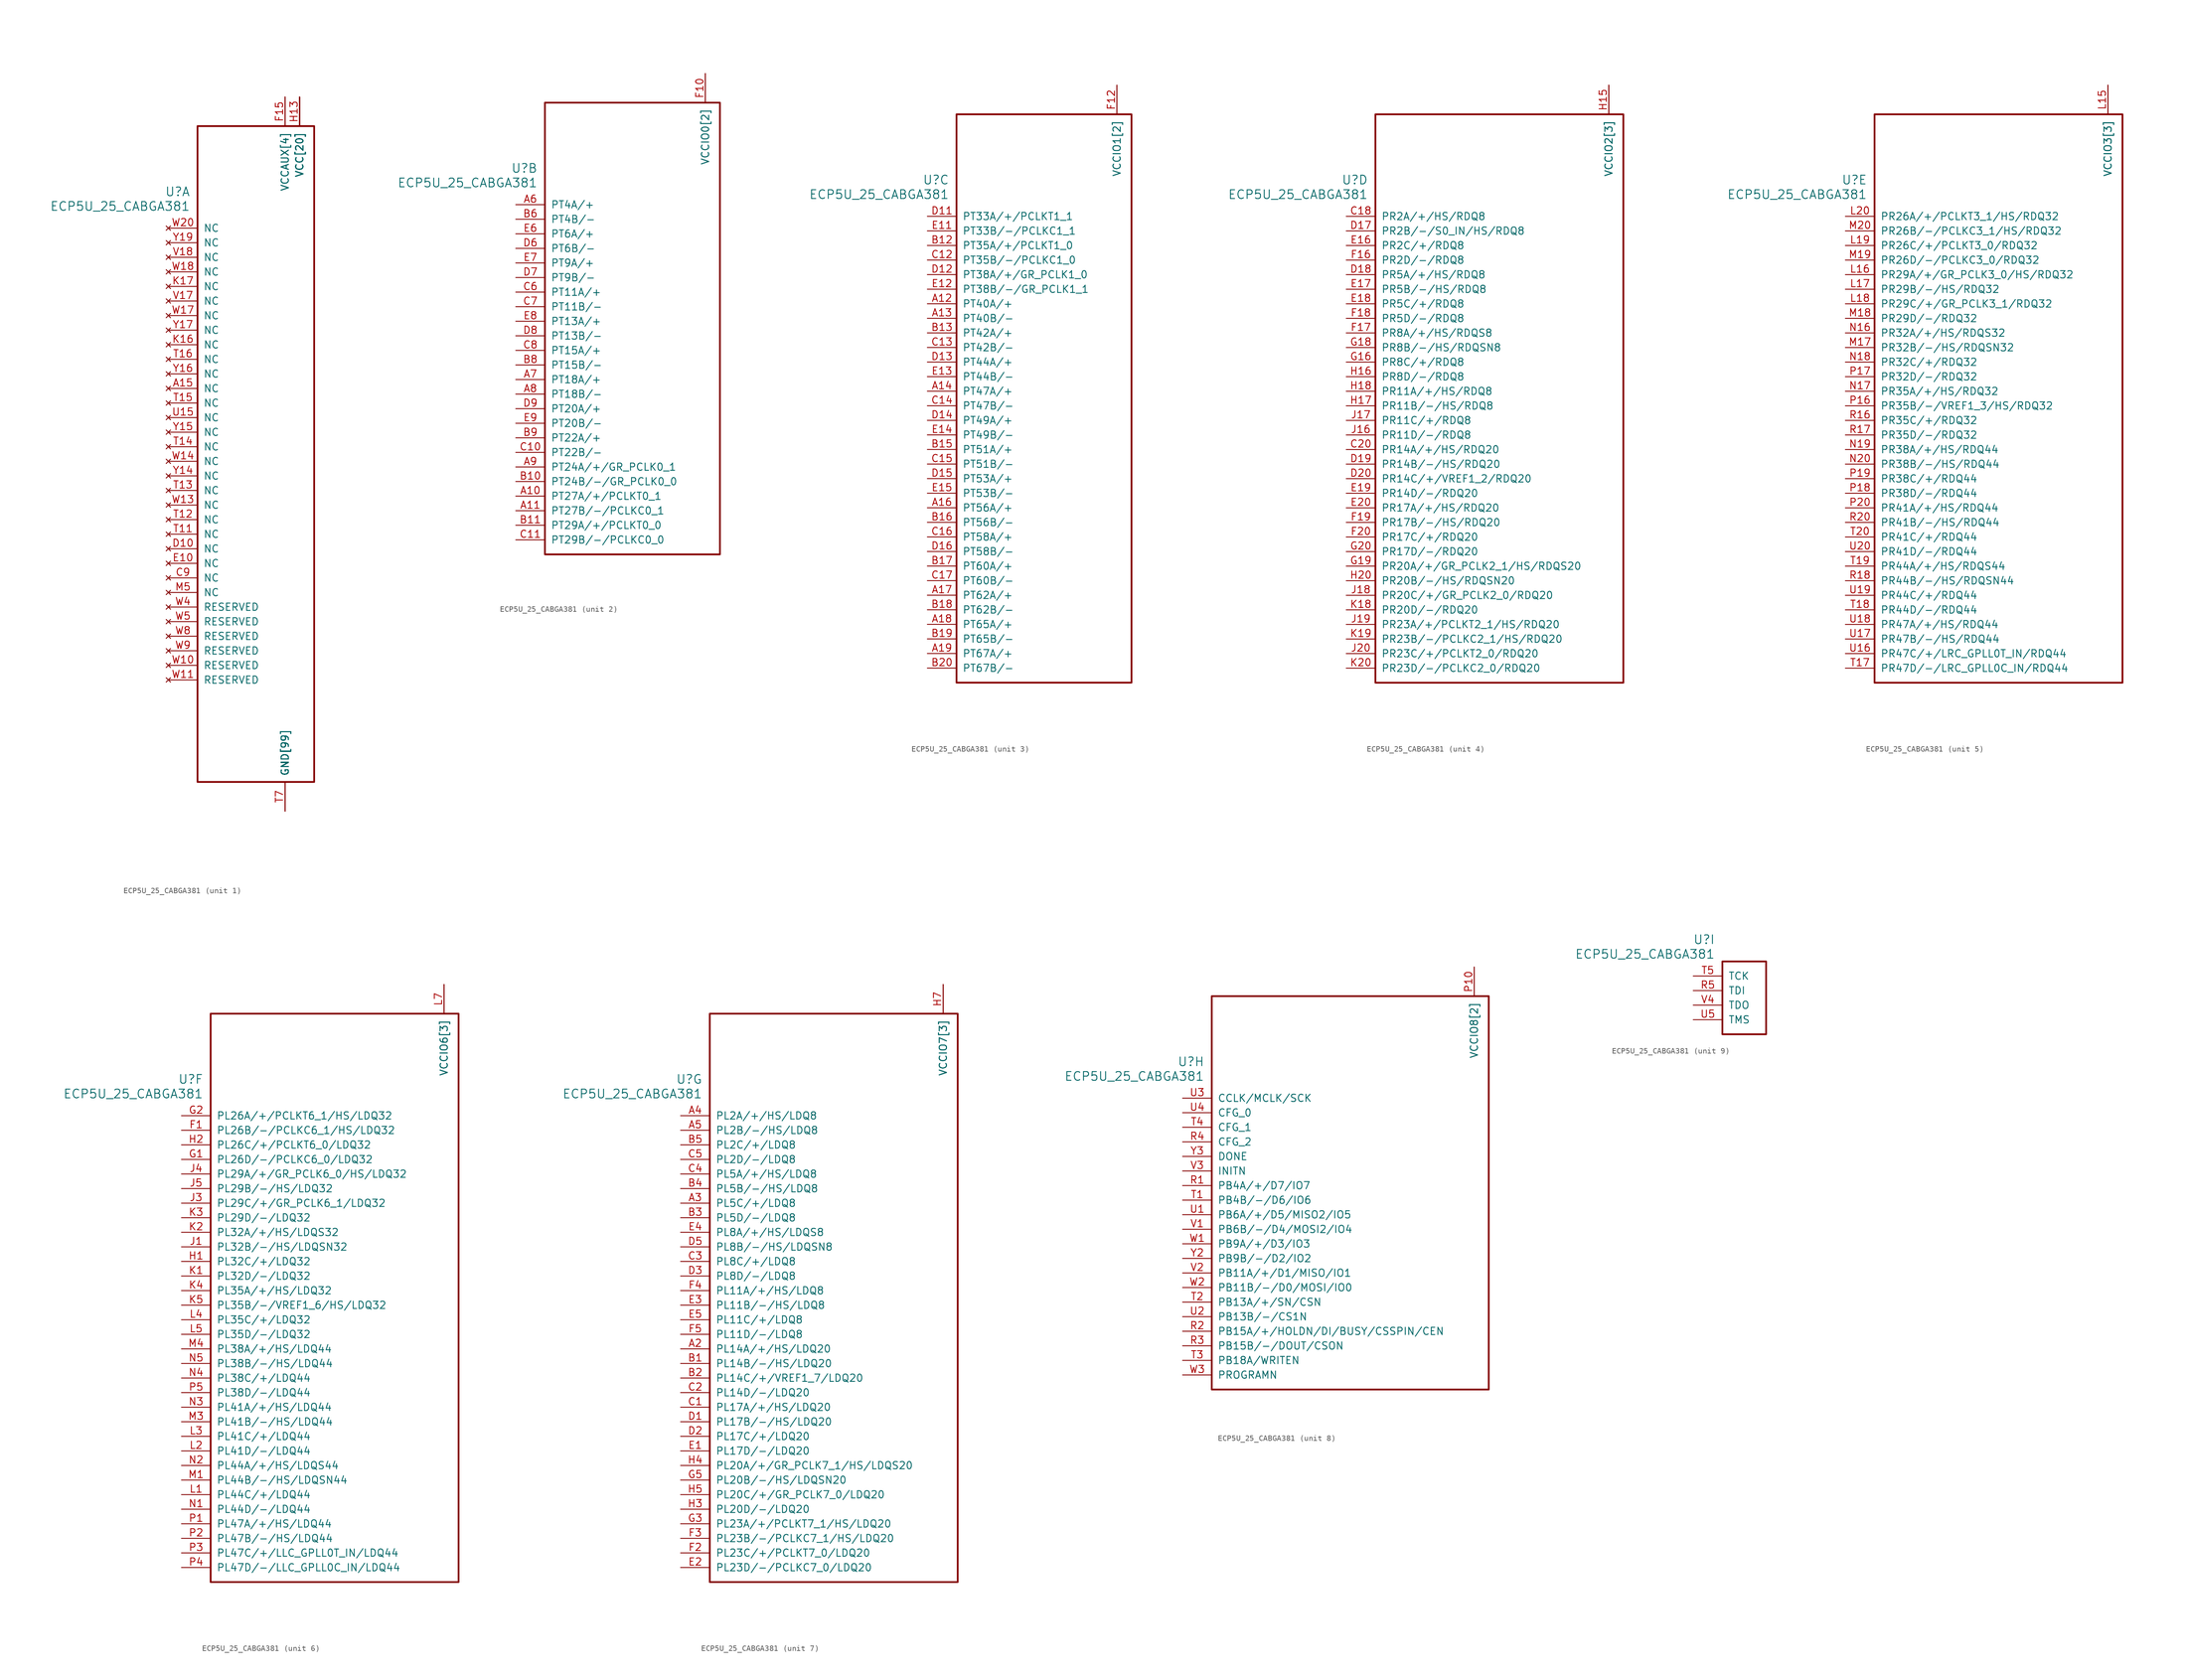
<source format=kicad_sym>
(kicad_symbol_lib
  (version 20241209)
  (generator "kicad_symbol_editor")
  (generator_version "9.0")
  (symbol "ECP5U_25_CABGA381"
    (pin_names
      (offset 1.016))
    (property "Reference" "U"
      (at 3.81 6.35 0)
      (effects (font (size 1.524 1.524)) (justify right)))
    (property "Value" "ECP5U_25_CABGA381"
      (at 3.81 3.81 0)
      (effects (font (size 1.524 1.524)) (justify right)))
    (property "ki_locked" ""
      (at 0 0 0)
      (effects (font (size 1.27 1.27))))
    (symbol "ECP5U_25_CABGA381_1_1"
      (rectangle (start 5.08 17.78) (end 25.4 -96.52) (stroke (width 0.305) (type solid)) (fill (type none)))
      (pin no_connect line (at 0 0 0) (length 5.08) (name "NC" (effects (font (size 1.27 1.27)))) (number "W20" (effects (font (size 1.27 1.27)))))
      (pin no_connect line (at 0 -2.54 0) (length 5.08) (name "NC" (effects (font (size 1.27 1.27)))) (number "Y19" (effects (font (size 1.27 1.27)))))
      (pin no_connect line (at 0 -5.08 0) (length 5.08) (name "NC" (effects (font (size 1.27 1.27)))) (number "V18" (effects (font (size 1.27 1.27)))))
      (pin no_connect line (at 0 -7.62 0) (length 5.08) (name "NC" (effects (font (size 1.27 1.27)))) (number "W18" (effects (font (size 1.27 1.27)))))
      (pin no_connect line (at 0 -10.16 0) (length 5.08) (name "NC" (effects (font (size 1.27 1.27)))) (number "K17" (effects (font (size 1.27 1.27)))))
      (pin no_connect line (at 0 -12.7 0) (length 5.08) (name "NC" (effects (font (size 1.27 1.27)))) (number "V17" (effects (font (size 1.27 1.27)))))
      (pin no_connect line (at 0 -15.24 0) (length 5.08) (name "NC" (effects (font (size 1.27 1.27)))) (number "W17" (effects (font (size 1.27 1.27)))))
      (pin no_connect line (at 0 -17.78 0) (length 5.08) (name "NC" (effects (font (size 1.27 1.27)))) (number "Y17" (effects (font (size 1.27 1.27)))))
      (pin no_connect line (at 0 -20.32 0) (length 5.08) (name "NC" (effects (font (size 1.27 1.27)))) (number "K16" (effects (font (size 1.27 1.27)))))
      (pin no_connect line (at 0 -22.86 0) (length 5.08) (name "NC" (effects (font (size 1.27 1.27)))) (number "T16" (effects (font (size 1.27 1.27)))))
      (pin no_connect line (at 0 -25.4 0) (length 5.08) (name "NC" (effects (font (size 1.27 1.27)))) (number "Y16" (effects (font (size 1.27 1.27)))))
      (pin no_connect line (at 0 -27.94 0) (length 5.08) (name "NC" (effects (font (size 1.27 1.27)))) (number "A15" (effects (font (size 1.27 1.27)))))
      (pin no_connect line (at 0 -30.48 0) (length 5.08) (name "NC" (effects (font (size 1.27 1.27)))) (number "T15" (effects (font (size 1.27 1.27)))))
      (pin no_connect line (at 0 -33.02 0) (length 5.08) (name "NC" (effects (font (size 1.27 1.27)))) (number "U15" (effects (font (size 1.27 1.27)))))
      (pin no_connect line (at 0 -35.56 0) (length 5.08) (name "NC" (effects (font (size 1.27 1.27)))) (number "Y15" (effects (font (size 1.27 1.27)))))
      (pin no_connect line (at 0 -38.1 0) (length 5.08) (name "NC" (effects (font (size 1.27 1.27)))) (number "T14" (effects (font (size 1.27 1.27)))))
      (pin no_connect line (at 0 -40.64 0) (length 5.08) (name "NC" (effects (font (size 1.27 1.27)))) (number "W14" (effects (font (size 1.27 1.27)))))
      (pin no_connect line (at 0 -43.18 0) (length 5.08) (name "NC" (effects (font (size 1.27 1.27)))) (number "Y14" (effects (font (size 1.27 1.27)))))
      (pin no_connect line (at 0 -45.72 0) (length 5.08) (name "NC" (effects (font (size 1.27 1.27)))) (number "T13" (effects (font (size 1.27 1.27)))))
      (pin no_connect line (at 0 -48.26 0) (length 5.08) (name "NC" (effects (font (size 1.27 1.27)))) (number "W13" (effects (font (size 1.27 1.27)))))
      (pin no_connect line (at 0 -50.8 0) (length 5.08) (name "NC" (effects (font (size 1.27 1.27)))) (number "T12" (effects (font (size 1.27 1.27)))))
      (pin no_connect line (at 0 -53.34 0) (length 5.08) (name "NC" (effects (font (size 1.27 1.27)))) (number "T11" (effects (font (size 1.27 1.27)))))
      (pin no_connect line (at 0 -55.88 0) (length 5.08) (name "NC" (effects (font (size 1.27 1.27)))) (number "D10" (effects (font (size 1.27 1.27)))))
      (pin no_connect line (at 0 -58.42 0) (length 5.08) (name "NC" (effects (font (size 1.27 1.27)))) (number "E10" (effects (font (size 1.27 1.27)))))
      (pin no_connect line (at 0 -60.96 0) (length 5.08) (name "NC" (effects (font (size 1.27 1.27)))) (number "C9" (effects (font (size 1.27 1.27)))))
      (pin no_connect line (at 0 -63.5 0) (length 5.08) (name "NC" (effects (font (size 1.27 1.27)))) (number "M5" (effects (font (size 1.27 1.27)))))
      (pin no_connect line (at 0 -66.04 0) (length 5.08) (name "RESERVED" (effects (font (size 1.27 1.27)))) (number "W4" (effects (font (size 1.27 1.27)))))
      (pin no_connect line (at 0 -68.58 0) (length 5.08) (name "RESERVED" (effects (font (size 1.27 1.27)))) (number "W5" (effects (font (size 1.27 1.27)))))
      (pin no_connect line (at 0 -71.12 0) (length 5.08) (name "RESERVED" (effects (font (size 1.27 1.27)))) (number "W8" (effects (font (size 1.27 1.27)))))
      (pin no_connect line (at 0 -73.66 0) (length 5.08) (name "RESERVED" (effects (font (size 1.27 1.27)))) (number "W9" (effects (font (size 1.27 1.27)))))
      (pin no_connect line (at 0 -76.2 0) (length 5.08) (name "RESERVED" (effects (font (size 1.27 1.27)))) (number "W10" (effects (font (size 1.27 1.27)))))
      (pin no_connect line (at 0 -78.74 0) (length 5.08) (name "RESERVED" (effects (font (size 1.27 1.27)))) (number "W11" (effects (font (size 1.27 1.27)))))
      (pin power_in line (at 20.32 22.86 270) (length 5.08) (name "VCCAUX[4]" (effects (font (size 1.27 1.27)))) (number "F15" (effects (font (size 1.27 1.27)))))
      (pin power_in line (at 20.32 22.86 270) (length 5.08) (name "VCCAUX[4]" (effects (font (size 1.27 1.27)))) (number "F6" (effects (font (size 0 0)))))
      (pin power_in line (at 20.32 22.86 270) (length 5.08) (name "VCCAUX[4]" (effects (font (size 1.27 1.27)))) (number "P15" (effects (font (size 0 0)))))
      (pin power_in line (at 20.32 22.86 270) (length 5.08) (name "VCCAUX[4]" (effects (font (size 1.27 1.27)))) (number "P6" (effects (font (size 0 0)))))
      (pin power_in line (at 20.32 -101.6 90) (length 5.08) (name "GND[99]" (effects (font (size 1.27 1.27)))) (number "B14" (effects (font (size 0 0)))))
      (pin power_in line (at 20.32 -101.6 90) (length 5.08) (name "GND[99]" (effects (font (size 1.27 1.27)))) (number "B7" (effects (font (size 0 0)))))
      (pin power_in line (at 20.32 -101.6 90) (length 5.08) (name "GND[99]" (effects (font (size 1.27 1.27)))) (number "C19" (effects (font (size 0 0)))))
      (pin power_in line (at 20.32 -101.6 90) (length 5.08) (name "GND[99]" (effects (font (size 1.27 1.27)))) (number "D4" (effects (font (size 0 0)))))
      (pin power_in line (at 20.32 -101.6 90) (length 5.08) (name "GND[99]" (effects (font (size 1.27 1.27)))) (number "F13" (effects (font (size 0 0)))))
      (pin power_in line (at 20.32 -101.6 90) (length 5.08) (name "GND[99]" (effects (font (size 1.27 1.27)))) (number "F14" (effects (font (size 0 0)))))
      (pin power_in line (at 20.32 -101.6 90) (length 5.08) (name "GND[99]" (effects (font (size 1.27 1.27)))) (number "F7" (effects (font (size 0 0)))))
      (pin power_in line (at 20.32 -101.6 90) (length 5.08) (name "GND[99]" (effects (font (size 1.27 1.27)))) (number "F8" (effects (font (size 0 0)))))
      (pin power_in line (at 20.32 -101.6 90) (length 5.08) (name "GND[99]" (effects (font (size 1.27 1.27)))) (number "G10" (effects (font (size 0 0)))))
      (pin power_in line (at 20.32 -101.6 90) (length 5.08) (name "GND[99]" (effects (font (size 1.27 1.27)))) (number "G11" (effects (font (size 0 0)))))
      (pin power_in line (at 20.32 -101.6 90) (length 5.08) (name "GND[99]" (effects (font (size 1.27 1.27)))) (number "G12" (effects (font (size 0 0)))))
      (pin power_in line (at 20.32 -101.6 90) (length 5.08) (name "GND[99]" (effects (font (size 1.27 1.27)))) (number "G13" (effects (font (size 0 0)))))
      (pin power_in line (at 20.32 -101.6 90) (length 5.08) (name "GND[99]" (effects (font (size 1.27 1.27)))) (number "G14" (effects (font (size 0 0)))))
      (pin power_in line (at 20.32 -101.6 90) (length 5.08) (name "GND[99]" (effects (font (size 1.27 1.27)))) (number "G15" (effects (font (size 0 0)))))
      (pin power_in line (at 20.32 -101.6 90) (length 5.08) (name "GND[99]" (effects (font (size 1.27 1.27)))) (number "G17" (effects (font (size 0 0)))))
      (pin power_in line (at 20.32 -101.6 90) (length 5.08) (name "GND[99]" (effects (font (size 1.27 1.27)))) (number "G4" (effects (font (size 0 0)))))
      (pin power_in line (at 20.32 -101.6 90) (length 5.08) (name "GND[99]" (effects (font (size 1.27 1.27)))) (number "G6" (effects (font (size 0 0)))))
      (pin power_in line (at 20.32 -101.6 90) (length 5.08) (name "GND[99]" (effects (font (size 1.27 1.27)))) (number "G7" (effects (font (size 0 0)))))
      (pin power_in line (at 20.32 -101.6 90) (length 5.08) (name "GND[99]" (effects (font (size 1.27 1.27)))) (number "G8" (effects (font (size 0 0)))))
      (pin power_in line (at 20.32 -101.6 90) (length 5.08) (name "GND[99]" (effects (font (size 1.27 1.27)))) (number "G9" (effects (font (size 0 0)))))
      (pin power_in line (at 20.32 -101.6 90) (length 5.08) (name "GND[99]" (effects (font (size 1.27 1.27)))) (number "H19" (effects (font (size 0 0)))))
      (pin power_in line (at 20.32 -101.6 90) (length 5.08) (name "GND[99]" (effects (font (size 1.27 1.27)))) (number "J10" (effects (font (size 0 0)))))
      (pin power_in line (at 20.32 -101.6 90) (length 5.08) (name "GND[99]" (effects (font (size 1.27 1.27)))) (number "J11" (effects (font (size 0 0)))))
      (pin power_in line (at 20.32 -101.6 90) (length 5.08) (name "GND[99]" (effects (font (size 1.27 1.27)))) (number "J12" (effects (font (size 0 0)))))
      (pin power_in line (at 20.32 -101.6 90) (length 5.08) (name "GND[99]" (effects (font (size 1.27 1.27)))) (number "J14" (effects (font (size 0 0)))))
      (pin power_in line (at 20.32 -101.6 90) (length 5.08) (name "GND[99]" (effects (font (size 1.27 1.27)))) (number "J2" (effects (font (size 0 0)))))
      (pin power_in line (at 20.32 -101.6 90) (length 5.08) (name "GND[99]" (effects (font (size 1.27 1.27)))) (number "J7" (effects (font (size 0 0)))))
      (pin power_in line (at 20.32 -101.6 90) (length 5.08) (name "GND[99]" (effects (font (size 1.27 1.27)))) (number "J9" (effects (font (size 0 0)))))
      (pin power_in line (at 20.32 -101.6 90) (length 5.08) (name "GND[99]" (effects (font (size 1.27 1.27)))) (number "K10" (effects (font (size 0 0)))))
      (pin power_in line (at 20.32 -101.6 90) (length 5.08) (name "GND[99]" (effects (font (size 1.27 1.27)))) (number "K11" (effects (font (size 0 0)))))
      (pin power_in line (at 20.32 -101.6 90) (length 5.08) (name "GND[99]" (effects (font (size 1.27 1.27)))) (number "K12" (effects (font (size 0 0)))))
      (pin power_in line (at 20.32 -101.6 90) (length 5.08) (name "GND[99]" (effects (font (size 1.27 1.27)))) (number "K14" (effects (font (size 0 0)))))
      (pin power_in line (at 20.32 -101.6 90) (length 5.08) (name "GND[99]" (effects (font (size 1.27 1.27)))) (number "K15" (effects (font (size 0 0)))))
      (pin power_in line (at 20.32 -101.6 90) (length 5.08) (name "GND[99]" (effects (font (size 1.27 1.27)))) (number "K6" (effects (font (size 0 0)))))
      (pin power_in line (at 20.32 -101.6 90) (length 5.08) (name "GND[99]" (effects (font (size 1.27 1.27)))) (number "K7" (effects (font (size 0 0)))))
      (pin power_in line (at 20.32 -101.6 90) (length 5.08) (name "GND[99]" (effects (font (size 1.27 1.27)))) (number "K9" (effects (font (size 0 0)))))
      (pin power_in line (at 20.32 -101.6 90) (length 5.08) (name "GND[99]" (effects (font (size 1.27 1.27)))) (number "L10" (effects (font (size 0 0)))))
      (pin power_in line (at 20.32 -101.6 90) (length 5.08) (name "GND[99]" (effects (font (size 1.27 1.27)))) (number "L11" (effects (font (size 0 0)))))
      (pin power_in line (at 20.32 -101.6 90) (length 5.08) (name "GND[99]" (effects (font (size 1.27 1.27)))) (number "L12" (effects (font (size 0 0)))))
      (pin power_in line (at 20.32 -101.6 90) (length 5.08) (name "GND[99]" (effects (font (size 1.27 1.27)))) (number "L9" (effects (font (size 0 0)))))
      (pin power_in line (at 20.32 -101.6 90) (length 5.08) (name "GND[99]" (effects (font (size 1.27 1.27)))) (number "M10" (effects (font (size 0 0)))))
      (pin power_in line (at 20.32 -101.6 90) (length 5.08) (name "GND[99]" (effects (font (size 1.27 1.27)))) (number "M11" (effects (font (size 0 0)))))
      (pin power_in line (at 20.32 -101.6 90) (length 5.08) (name "GND[99]" (effects (font (size 1.27 1.27)))) (number "M12" (effects (font (size 0 0)))))
      (pin power_in line (at 20.32 -101.6 90) (length 5.08) (name "GND[99]" (effects (font (size 1.27 1.27)))) (number "M14" (effects (font (size 0 0)))))
      (pin power_in line (at 20.32 -101.6 90) (length 5.08) (name "GND[99]" (effects (font (size 1.27 1.27)))) (number "M16" (effects (font (size 0 0)))))
      (pin power_in line (at 20.32 -101.6 90) (length 5.08) (name "GND[99]" (effects (font (size 1.27 1.27)))) (number "M2" (effects (font (size 0 0)))))
      (pin power_in line (at 20.32 -101.6 90) (length 5.08) (name "GND[99]" (effects (font (size 1.27 1.27)))) (number "M7" (effects (font (size 0 0)))))
      (pin power_in line (at 20.32 -101.6 90) (length 5.08) (name "GND[99]" (effects (font (size 1.27 1.27)))) (number "M9" (effects (font (size 0 0)))))
      (pin power_in line (at 20.32 -101.6 90) (length 5.08) (name "GND[99]" (effects (font (size 1.27 1.27)))) (number "N14" (effects (font (size 0 0)))))
      (pin power_in line (at 20.32 -101.6 90) (length 5.08) (name "GND[99]" (effects (font (size 1.27 1.27)))) (number "N15" (effects (font (size 0 0)))))
      (pin power_in line (at 20.32 -101.6 90) (length 5.08) (name "GND[99]" (effects (font (size 1.27 1.27)))) (number "N6" (effects (font (size 0 0)))))
      (pin power_in line (at 20.32 -101.6 90) (length 5.08) (name "GND[99]" (effects (font (size 1.27 1.27)))) (number "N7" (effects (font (size 0 0)))))
      (pin power_in line (at 20.32 -101.6 90) (length 5.08) (name "GND[99]" (effects (font (size 1.27 1.27)))) (number "P11" (effects (font (size 0 0)))))
      (pin power_in line (at 20.32 -101.6 90) (length 5.08) (name "GND[99]" (effects (font (size 1.27 1.27)))) (number "P12" (effects (font (size 0 0)))))
      (pin power_in line (at 20.32 -101.6 90) (length 5.08) (name "GND[99]" (effects (font (size 1.27 1.27)))) (number "P13" (effects (font (size 0 0)))))
      (pin power_in line (at 20.32 -101.6 90) (length 5.08) (name "GND[99]" (effects (font (size 1.27 1.27)))) (number "P14" (effects (font (size 0 0)))))
      (pin power_in line (at 20.32 -101.6 90) (length 5.08) (name "GND[99]" (effects (font (size 1.27 1.27)))) (number "P7" (effects (font (size 0 0)))))
      (pin power_in line (at 20.32 -101.6 90) (length 5.08) (name "GND[99]" (effects (font (size 1.27 1.27)))) (number "P8" (effects (font (size 0 0)))))
      (pin power_in line (at 20.32 -101.6 90) (length 5.08) (name "GND[99]" (effects (font (size 1.27 1.27)))) (number "R19" (effects (font (size 0 0)))))
      (pin power_in line (at 20.32 -101.6 90) (length 5.08) (name "GND[99]" (effects (font (size 1.27 1.27)))) (number "T10" (effects (font (size 0 0)))))
      (pin power_in line (at 20.32 -101.6 90) (length 5.08) (name "GND[99]" (effects (font (size 1.27 1.27)))) (number "T6" (effects (font (size 0 0)))))
      (pin power_in line (at 20.32 -101.6 90) (length 5.08) (name "GND[99]" (effects (font (size 1.27 1.27)))) (number "T7" (effects (font (size 1.27 1.27)))))
      (pin power_in line (at 20.32 -101.6 90) (length 5.08) (name "GND[99]" (effects (font (size 1.27 1.27)))) (number "T8" (effects (font (size 0 0)))))
      (pin power_in line (at 20.32 -101.6 90) (length 5.08) (name "GND[99]" (effects (font (size 1.27 1.27)))) (number "T9" (effects (font (size 0 0)))))
      (pin power_in line (at 20.32 -101.6 90) (length 5.08) (name "GND[99]" (effects (font (size 1.27 1.27)))) (number "U10" (effects (font (size 0 0)))))
      (pin power_in line (at 20.32 -101.6 90) (length 5.08) (name "GND[99]" (effects (font (size 1.27 1.27)))) (number "U11" (effects (font (size 0 0)))))
      (pin power_in line (at 20.32 -101.6 90) (length 5.08) (name "GND[99]" (effects (font (size 1.27 1.27)))) (number "U12" (effects (font (size 0 0)))))
      (pin power_in line (at 20.32 -101.6 90) (length 5.08) (name "GND[99]" (effects (font (size 1.27 1.27)))) (number "U13" (effects (font (size 0 0)))))
      (pin power_in line (at 20.32 -101.6 90) (length 5.08) (name "GND[99]" (effects (font (size 1.27 1.27)))) (number "U14" (effects (font (size 0 0)))))
      (pin power_in line (at 20.32 -101.6 90) (length 5.08) (name "GND[99]" (effects (font (size 1.27 1.27)))) (number "U6" (effects (font (size 0 0)))))
      (pin power_in line (at 20.32 -101.6 90) (length 5.08) (name "GND[99]" (effects (font (size 1.27 1.27)))) (number "U7" (effects (font (size 0 0)))))
      (pin power_in line (at 20.32 -101.6 90) (length 5.08) (name "GND[99]" (effects (font (size 1.27 1.27)))) (number "U8" (effects (font (size 0 0)))))
      (pin power_in line (at 20.32 -101.6 90) (length 5.08) (name "GND[99]" (effects (font (size 1.27 1.27)))) (number "U9" (effects (font (size 0 0)))))
      (pin power_in line (at 20.32 -101.6 90) (length 5.08) (name "GND[99]" (effects (font (size 1.27 1.27)))) (number "V10" (effects (font (size 0 0)))))
      (pin power_in line (at 20.32 -101.6 90) (length 5.08) (name "GND[99]" (effects (font (size 1.27 1.27)))) (number "V11" (effects (font (size 0 0)))))
      (pin power_in line (at 20.32 -101.6 90) (length 5.08) (name "GND[99]" (effects (font (size 1.27 1.27)))) (number "V12" (effects (font (size 0 0)))))
      (pin power_in line (at 20.32 -101.6 90) (length 5.08) (name "GND[99]" (effects (font (size 1.27 1.27)))) (number "V13" (effects (font (size 0 0)))))
      (pin power_in line (at 20.32 -101.6 90) (length 5.08) (name "GND[99]" (effects (font (size 1.27 1.27)))) (number "V14" (effects (font (size 0 0)))))
      (pin power_in line (at 20.32 -101.6 90) (length 5.08) (name "GND[99]" (effects (font (size 1.27 1.27)))) (number "V15" (effects (font (size 0 0)))))
      (pin power_in line (at 20.32 -101.6 90) (length 5.08) (name "GND[99]" (effects (font (size 1.27 1.27)))) (number "V16" (effects (font (size 0 0)))))
      (pin power_in line (at 20.32 -101.6 90) (length 5.08) (name "GND[99]" (effects (font (size 1.27 1.27)))) (number "V19" (effects (font (size 0 0)))))
      (pin power_in line (at 20.32 -101.6 90) (length 5.08) (name "GND[99]" (effects (font (size 1.27 1.27)))) (number "V20" (effects (font (size 0 0)))))
      (pin power_in line (at 20.32 -101.6 90) (length 5.08) (name "GND[99]" (effects (font (size 1.27 1.27)))) (number "V5" (effects (font (size 0 0)))))
      (pin power_in line (at 20.32 -101.6 90) (length 5.08) (name "GND[99]" (effects (font (size 1.27 1.27)))) (number "V6" (effects (font (size 0 0)))))
      (pin power_in line (at 20.32 -101.6 90) (length 5.08) (name "GND[99]" (effects (font (size 1.27 1.27)))) (number "V7" (effects (font (size 0 0)))))
      (pin power_in line (at 20.32 -101.6 90) (length 5.08) (name "GND[99]" (effects (font (size 1.27 1.27)))) (number "V8" (effects (font (size 0 0)))))
      (pin power_in line (at 20.32 -101.6 90) (length 5.08) (name "GND[99]" (effects (font (size 1.27 1.27)))) (number "V9" (effects (font (size 0 0)))))
      (pin power_in line (at 20.32 -101.6 90) (length 5.08) (name "GND[99]" (effects (font (size 1.27 1.27)))) (number "W12" (effects (font (size 0 0)))))
      (pin power_in line (at 20.32 -101.6 90) (length 5.08) (name "GND[99]" (effects (font (size 1.27 1.27)))) (number "W15" (effects (font (size 0 0)))))
      (pin power_in line (at 20.32 -101.6 90) (length 5.08) (name "GND[99]" (effects (font (size 1.27 1.27)))) (number "W16" (effects (font (size 0 0)))))
      (pin power_in line (at 20.32 -101.6 90) (length 5.08) (name "GND[99]" (effects (font (size 1.27 1.27)))) (number "W19" (effects (font (size 0 0)))))
      (pin power_in line (at 20.32 -101.6 90) (length 5.08) (name "GND[99]" (effects (font (size 1.27 1.27)))) (number "W6" (effects (font (size 0 0)))))
      (pin power_in line (at 20.32 -101.6 90) (length 5.08) (name "GND[99]" (effects (font (size 1.27 1.27)))) (number "W7" (effects (font (size 0 0)))))
      (pin power_in line (at 20.32 -101.6 90) (length 5.08) (name "GND[99]" (effects (font (size 1.27 1.27)))) (number "Y11" (effects (font (size 0 0)))))
      (pin power_in line (at 20.32 -101.6 90) (length 5.08) (name "GND[99]" (effects (font (size 1.27 1.27)))) (number "Y12" (effects (font (size 0 0)))))
      (pin power_in line (at 20.32 -101.6 90) (length 5.08) (name "GND[99]" (effects (font (size 1.27 1.27)))) (number "Y5" (effects (font (size 0 0)))))
      (pin power_in line (at 20.32 -101.6 90) (length 5.08) (name "GND[99]" (effects (font (size 1.27 1.27)))) (number "Y6" (effects (font (size 0 0)))))
      (pin power_in line (at 20.32 -101.6 90) (length 5.08) (name "GND[99]" (effects (font (size 1.27 1.27)))) (number "Y7" (effects (font (size 0 0)))))
      (pin power_in line (at 20.32 -101.6 90) (length 5.08) (name "GND[99]" (effects (font (size 1.27 1.27)))) (number "Y8" (effects (font (size 0 0)))))
      (pin power_in line (at 22.86 22.86 270) (length 5.08) (name "VCC[20]" (effects (font (size 1.27 1.27)))) (number "H10" (effects (font (size 0 0)))))
      (pin power_in line (at 22.86 22.86 270) (length 5.08) (name "VCC[20]" (effects (font (size 1.27 1.27)))) (number "H11" (effects (font (size 0 0)))))
      (pin power_in line (at 22.86 22.86 270) (length 5.08) (name "VCC[20]" (effects (font (size 1.27 1.27)))) (number "H12" (effects (font (size 0 0)))))
      (pin power_in line (at 22.86 22.86 270) (length 5.08) (name "VCC[20]" (effects (font (size 1.27 1.27)))) (number "H13" (effects (font (size 1.27 1.27)))))
      (pin power_in line (at 22.86 22.86 270) (length 5.08) (name "VCC[20]" (effects (font (size 1.27 1.27)))) (number "H8" (effects (font (size 0 0)))))
      (pin power_in line (at 22.86 22.86 270) (length 5.08) (name "VCC[20]" (effects (font (size 1.27 1.27)))) (number "H9" (effects (font (size 0 0)))))
      (pin power_in line (at 22.86 22.86 270) (length 5.08) (name "VCC[20]" (effects (font (size 1.27 1.27)))) (number "J13" (effects (font (size 0 0)))))
      (pin power_in line (at 22.86 22.86 270) (length 5.08) (name "VCC[20]" (effects (font (size 1.27 1.27)))) (number "J8" (effects (font (size 0 0)))))
      (pin power_in line (at 22.86 22.86 270) (length 5.08) (name "VCC[20]" (effects (font (size 1.27 1.27)))) (number "K13" (effects (font (size 0 0)))))
      (pin power_in line (at 22.86 22.86 270) (length 5.08) (name "VCC[20]" (effects (font (size 1.27 1.27)))) (number "K8" (effects (font (size 0 0)))))
      (pin power_in line (at 22.86 22.86 270) (length 5.08) (name "VCC[20]" (effects (font (size 1.27 1.27)))) (number "L13" (effects (font (size 0 0)))))
      (pin power_in line (at 22.86 22.86 270) (length 5.08) (name "VCC[20]" (effects (font (size 1.27 1.27)))) (number "L8" (effects (font (size 0 0)))))
      (pin power_in line (at 22.86 22.86 270) (length 5.08) (name "VCC[20]" (effects (font (size 1.27 1.27)))) (number "M13" (effects (font (size 0 0)))))
      (pin power_in line (at 22.86 22.86 270) (length 5.08) (name "VCC[20]" (effects (font (size 1.27 1.27)))) (number "M8" (effects (font (size 0 0)))))
      (pin power_in line (at 22.86 22.86 270) (length 5.08) (name "VCC[20]" (effects (font (size 1.27 1.27)))) (number "N10" (effects (font (size 0 0)))))
      (pin power_in line (at 22.86 22.86 270) (length 5.08) (name "VCC[20]" (effects (font (size 1.27 1.27)))) (number "N11" (effects (font (size 0 0)))))
      (pin power_in line (at 22.86 22.86 270) (length 5.08) (name "VCC[20]" (effects (font (size 1.27 1.27)))) (number "N12" (effects (font (size 0 0)))))
      (pin power_in line (at 22.86 22.86 270) (length 5.08) (name "VCC[20]" (effects (font (size 1.27 1.27)))) (number "N13" (effects (font (size 0 0)))))
      (pin power_in line (at 22.86 22.86 270) (length 5.08) (name "VCC[20]" (effects (font (size 1.27 1.27)))) (number "N8" (effects (font (size 0 0)))))
      (pin power_in line (at 22.86 22.86 270) (length 5.08) (name "VCC[20]" (effects (font (size 1.27 1.27)))) (number "N9" (effects (font (size 0 0))))))
    (symbol "ECP5U_25_CABGA381_2_1"
      (rectangle (start 5.08 17.78) (end 35.56 -60.96) (stroke (width 0.305) (type solid)) (fill (type none)))
      (pin bidirectional line (at 0 0 0) (length 5.08) (name "PT4A/+" (effects (font (size 1.27 1.27)))) (number "A6" (effects (font (size 1.27 1.27)))))
      (pin bidirectional line (at 0 -2.54 0) (length 5.08) (name "PT4B/-" (effects (font (size 1.27 1.27)))) (number "B6" (effects (font (size 1.27 1.27)))))
      (pin bidirectional line (at 0 -5.08 0) (length 5.08) (name "PT6A/+" (effects (font (size 1.27 1.27)))) (number "E6" (effects (font (size 1.27 1.27)))))
      (pin bidirectional line (at 0 -7.62 0) (length 5.08) (name "PT6B/-" (effects (font (size 1.27 1.27)))) (number "D6" (effects (font (size 1.27 1.27)))))
      (pin bidirectional line (at 0 -10.16 0) (length 5.08) (name "PT9A/+" (effects (font (size 1.27 1.27)))) (number "E7" (effects (font (size 1.27 1.27)))))
      (pin bidirectional line (at 0 -12.7 0) (length 5.08) (name "PT9B/-" (effects (font (size 1.27 1.27)))) (number "D7" (effects (font (size 1.27 1.27)))))
      (pin bidirectional line (at 0 -15.24 0) (length 5.08) (name "PT11A/+" (effects (font (size 1.27 1.27)))) (number "C6" (effects (font (size 1.27 1.27)))))
      (pin bidirectional line (at 0 -17.78 0) (length 5.08) (name "PT11B/-" (effects (font (size 1.27 1.27)))) (number "C7" (effects (font (size 1.27 1.27)))))
      (pin bidirectional line (at 0 -20.32 0) (length 5.08) (name "PT13A/+" (effects (font (size 1.27 1.27)))) (number "E8" (effects (font (size 1.27 1.27)))))
      (pin bidirectional line (at 0 -22.86 0) (length 5.08) (name "PT13B/-" (effects (font (size 1.27 1.27)))) (number "D8" (effects (font (size 1.27 1.27)))))
      (pin bidirectional line (at 0 -25.4 0) (length 5.08) (name "PT15A/+" (effects (font (size 1.27 1.27)))) (number "C8" (effects (font (size 1.27 1.27)))))
      (pin bidirectional line (at 0 -27.94 0) (length 5.08) (name "PT15B/-" (effects (font (size 1.27 1.27)))) (number "B8" (effects (font (size 1.27 1.27)))))
      (pin bidirectional line (at 0 -30.48 0) (length 5.08) (name "PT18A/+" (effects (font (size 1.27 1.27)))) (number "A7" (effects (font (size 1.27 1.27)))))
      (pin bidirectional line (at 0 -33.02 0) (length 5.08) (name "PT18B/-" (effects (font (size 1.27 1.27)))) (number "A8" (effects (font (size 1.27 1.27)))))
      (pin bidirectional line (at 0 -35.56 0) (length 5.08) (name "PT20A/+" (effects (font (size 1.27 1.27)))) (number "D9" (effects (font (size 1.27 1.27)))))
      (pin bidirectional line (at 0 -38.1 0) (length 5.08) (name "PT20B/-" (effects (font (size 1.27 1.27)))) (number "E9" (effects (font (size 1.27 1.27)))))
      (pin bidirectional line (at 0 -40.64 0) (length 5.08) (name "PT22A/+" (effects (font (size 1.27 1.27)))) (number "B9" (effects (font (size 1.27 1.27)))))
      (pin bidirectional line (at 0 -43.18 0) (length 5.08) (name "PT22B/-" (effects (font (size 1.27 1.27)))) (number "C10" (effects (font (size 1.27 1.27)))))
      (pin bidirectional line (at 0 -45.72 0) (length 5.08) (name "PT24A/+/GR_PCLK0_1" (effects (font (size 1.27 1.27)))) (number "A9" (effects (font (size 1.27 1.27)))))
      (pin bidirectional line (at 0 -48.26 0) (length 5.08) (name "PT24B/-/GR_PCLK0_0" (effects (font (size 1.27 1.27)))) (number "B10" (effects (font (size 1.27 1.27)))))
      (pin bidirectional line (at 0 -50.8 0) (length 5.08) (name "PT27A/+/PCLKT0_1" (effects (font (size 1.27 1.27)))) (number "A10" (effects (font (size 1.27 1.27)))))
      (pin bidirectional line (at 0 -53.34 0) (length 5.08) (name "PT27B/-/PCLKC0_1" (effects (font (size 1.27 1.27)))) (number "A11" (effects (font (size 1.27 1.27)))))
      (pin bidirectional line (at 0 -55.88 0) (length 5.08) (name "PT29A/+/PCLKT0_0" (effects (font (size 1.27 1.27)))) (number "B11" (effects (font (size 1.27 1.27)))))
      (pin bidirectional line (at 0 -58.42 0) (length 5.08) (name "PT29B/-/PCLKC0_0" (effects (font (size 1.27 1.27)))) (number "C11" (effects (font (size 1.27 1.27)))))
      (pin power_in line (at 33.02 22.86 270) (length 5.08) (name "VCCIO0[2]" (effects (font (size 1.27 1.27)))) (number "F10" (effects (font (size 1.27 1.27)))))
      (pin power_in line (at 33.02 22.86 270) (length 5.08) (name "VCCIO0[2]" (effects (font (size 1.27 1.27)))) (number "F9" (effects (font (size 0 0))))))
    (symbol "ECP5U_25_CABGA381_3_1"
      (rectangle (start 5.08 17.78) (end 35.56 -81.28) (stroke (width 0.305) (type solid)) (fill (type none)))
      (pin bidirectional line (at 0 0 0) (length 5.08) (name "PT33A/+/PCLKT1_1" (effects (font (size 1.27 1.27)))) (number "D11" (effects (font (size 1.27 1.27)))))
      (pin bidirectional line (at 0 -2.54 0) (length 5.08) (name "PT33B/-/PCLKC1_1" (effects (font (size 1.27 1.27)))) (number "E11" (effects (font (size 1.27 1.27)))))
      (pin bidirectional line (at 0 -5.08 0) (length 5.08) (name "PT35A/+/PCLKT1_0" (effects (font (size 1.27 1.27)))) (number "B12" (effects (font (size 1.27 1.27)))))
      (pin bidirectional line (at 0 -7.62 0) (length 5.08) (name "PT35B/-/PCLKC1_0" (effects (font (size 1.27 1.27)))) (number "C12" (effects (font (size 1.27 1.27)))))
      (pin bidirectional line (at 0 -10.16 0) (length 5.08) (name "PT38A/+/GR_PCLK1_0" (effects (font (size 1.27 1.27)))) (number "D12" (effects (font (size 1.27 1.27)))))
      (pin bidirectional line (at 0 -12.7 0) (length 5.08) (name "PT38B/-/GR_PCLK1_1" (effects (font (size 1.27 1.27)))) (number "E12" (effects (font (size 1.27 1.27)))))
      (pin bidirectional line (at 0 -15.24 0) (length 5.08) (name "PT40A/+" (effects (font (size 1.27 1.27)))) (number "A12" (effects (font (size 1.27 1.27)))))
      (pin bidirectional line (at 0 -17.78 0) (length 5.08) (name "PT40B/-" (effects (font (size 1.27 1.27)))) (number "A13" (effects (font (size 1.27 1.27)))))
      (pin bidirectional line (at 0 -20.32 0) (length 5.08) (name "PT42A/+" (effects (font (size 1.27 1.27)))) (number "B13" (effects (font (size 1.27 1.27)))))
      (pin bidirectional line (at 0 -22.86 0) (length 5.08) (name "PT42B/-" (effects (font (size 1.27 1.27)))) (number "C13" (effects (font (size 1.27 1.27)))))
      (pin bidirectional line (at 0 -25.4 0) (length 5.08) (name "PT44A/+" (effects (font (size 1.27 1.27)))) (number "D13" (effects (font (size 1.27 1.27)))))
      (pin bidirectional line (at 0 -27.94 0) (length 5.08) (name "PT44B/-" (effects (font (size 1.27 1.27)))) (number "E13" (effects (font (size 1.27 1.27)))))
      (pin bidirectional line (at 0 -30.48 0) (length 5.08) (name "PT47A/+" (effects (font (size 1.27 1.27)))) (number "A14" (effects (font (size 1.27 1.27)))))
      (pin bidirectional line (at 0 -33.02 0) (length 5.08) (name "PT47B/-" (effects (font (size 1.27 1.27)))) (number "C14" (effects (font (size 1.27 1.27)))))
      (pin bidirectional line (at 0 -35.56 0) (length 5.08) (name "PT49A/+" (effects (font (size 1.27 1.27)))) (number "D14" (effects (font (size 1.27 1.27)))))
      (pin bidirectional line (at 0 -38.1 0) (length 5.08) (name "PT49B/-" (effects (font (size 1.27 1.27)))) (number "E14" (effects (font (size 1.27 1.27)))))
      (pin bidirectional line (at 0 -40.64 0) (length 5.08) (name "PT51A/+" (effects (font (size 1.27 1.27)))) (number "B15" (effects (font (size 1.27 1.27)))))
      (pin bidirectional line (at 0 -43.18 0) (length 5.08) (name "PT51B/-" (effects (font (size 1.27 1.27)))) (number "C15" (effects (font (size 1.27 1.27)))))
      (pin bidirectional line (at 0 -45.72 0) (length 5.08) (name "PT53A/+" (effects (font (size 1.27 1.27)))) (number "D15" (effects (font (size 1.27 1.27)))))
      (pin bidirectional line (at 0 -48.26 0) (length 5.08) (name "PT53B/-" (effects (font (size 1.27 1.27)))) (number "E15" (effects (font (size 1.27 1.27)))))
      (pin bidirectional line (at 0 -50.8 0) (length 5.08) (name "PT56A/+" (effects (font (size 1.27 1.27)))) (number "A16" (effects (font (size 1.27 1.27)))))
      (pin bidirectional line (at 0 -53.34 0) (length 5.08) (name "PT56B/-" (effects (font (size 1.27 1.27)))) (number "B16" (effects (font (size 1.27 1.27)))))
      (pin bidirectional line (at 0 -55.88 0) (length 5.08) (name "PT58A/+" (effects (font (size 1.27 1.27)))) (number "C16" (effects (font (size 1.27 1.27)))))
      (pin bidirectional line (at 0 -58.42 0) (length 5.08) (name "PT58B/-" (effects (font (size 1.27 1.27)))) (number "D16" (effects (font (size 1.27 1.27)))))
      (pin bidirectional line (at 0 -60.96 0) (length 5.08) (name "PT60A/+" (effects (font (size 1.27 1.27)))) (number "B17" (effects (font (size 1.27 1.27)))))
      (pin bidirectional line (at 0 -63.5 0) (length 5.08) (name "PT60B/-" (effects (font (size 1.27 1.27)))) (number "C17" (effects (font (size 1.27 1.27)))))
      (pin bidirectional line (at 0 -66.04 0) (length 5.08) (name "PT62A/+" (effects (font (size 1.27 1.27)))) (number "A17" (effects (font (size 1.27 1.27)))))
      (pin bidirectional line (at 0 -68.58 0) (length 5.08) (name "PT62B/-" (effects (font (size 1.27 1.27)))) (number "B18" (effects (font (size 1.27 1.27)))))
      (pin bidirectional line (at 0 -71.12 0) (length 5.08) (name "PT65A/+" (effects (font (size 1.27 1.27)))) (number "A18" (effects (font (size 1.27 1.27)))))
      (pin bidirectional line (at 0 -73.66 0) (length 5.08) (name "PT65B/-" (effects (font (size 1.27 1.27)))) (number "B19" (effects (font (size 1.27 1.27)))))
      (pin bidirectional line (at 0 -76.2 0) (length 5.08) (name "PT67A/+" (effects (font (size 1.27 1.27)))) (number "A19" (effects (font (size 1.27 1.27)))))
      (pin bidirectional line (at 0 -78.74 0) (length 5.08) (name "PT67B/-" (effects (font (size 1.27 1.27)))) (number "B20" (effects (font (size 1.27 1.27)))))
      (pin power_in line (at 33.02 22.86 270) (length 5.08) (name "VCCIO1[2]" (effects (font (size 1.27 1.27)))) (number "F11" (effects (font (size 0 0)))))
      (pin power_in line (at 33.02 22.86 270) (length 5.08) (name "VCCIO1[2]" (effects (font (size 1.27 1.27)))) (number "F12" (effects (font (size 1.27 1.27))))))
    (symbol "ECP5U_25_CABGA381_4_1"
      (rectangle (start 5.08 17.78) (end 48.26 -81.28) (stroke (width 0.305) (type solid)) (fill (type none)))
      (pin bidirectional line (at 0 0 0) (length 5.08) (name "PR2A/+/HS/RDQ8" (effects (font (size 1.27 1.27)))) (number "C18" (effects (font (size 1.27 1.27)))))
      (pin bidirectional line (at 0 -2.54 0) (length 5.08) (name "PR2B/-/S0_IN/HS/RDQ8" (effects (font (size 1.27 1.27)))) (number "D17" (effects (font (size 1.27 1.27)))))
      (pin bidirectional line (at 0 -5.08 0) (length 5.08) (name "PR2C/+/RDQ8" (effects (font (size 1.27 1.27)))) (number "E16" (effects (font (size 1.27 1.27)))))
      (pin bidirectional line (at 0 -7.62 0) (length 5.08) (name "PR2D/-/RDQ8" (effects (font (size 1.27 1.27)))) (number "F16" (effects (font (size 1.27 1.27)))))
      (pin bidirectional line (at 0 -10.16 0) (length 5.08) (name "PR5A/+/HS/RDQ8" (effects (font (size 1.27 1.27)))) (number "D18" (effects (font (size 1.27 1.27)))))
      (pin bidirectional line (at 0 -12.7 0) (length 5.08) (name "PR5B/-/HS/RDQ8" (effects (font (size 1.27 1.27)))) (number "E17" (effects (font (size 1.27 1.27)))))
      (pin bidirectional line (at 0 -15.24 0) (length 5.08) (name "PR5C/+/RDQ8" (effects (font (size 1.27 1.27)))) (number "E18" (effects (font (size 1.27 1.27)))))
      (pin bidirectional line (at 0 -17.78 0) (length 5.08) (name "PR5D/-/RDQ8" (effects (font (size 1.27 1.27)))) (number "F18" (effects (font (size 1.27 1.27)))))
      (pin bidirectional line (at 0 -20.32 0) (length 5.08) (name "PR8A/+/HS/RDQS8" (effects (font (size 1.27 1.27)))) (number "F17" (effects (font (size 1.27 1.27)))))
      (pin bidirectional line (at 0 -22.86 0) (length 5.08) (name "PR8B/-/HS/RDQSN8" (effects (font (size 1.27 1.27)))) (number "G18" (effects (font (size 1.27 1.27)))))
      (pin bidirectional line (at 0 -25.4 0) (length 5.08) (name "PR8C/+/RDQ8" (effects (font (size 1.27 1.27)))) (number "G16" (effects (font (size 1.27 1.27)))))
      (pin bidirectional line (at 0 -27.94 0) (length 5.08) (name "PR8D/-/RDQ8" (effects (font (size 1.27 1.27)))) (number "H16" (effects (font (size 1.27 1.27)))))
      (pin bidirectional line (at 0 -30.48 0) (length 5.08) (name "PR11A/+/HS/RDQ8" (effects (font (size 1.27 1.27)))) (number "H18" (effects (font (size 1.27 1.27)))))
      (pin bidirectional line (at 0 -33.02 0) (length 5.08) (name "PR11B/-/HS/RDQ8" (effects (font (size 1.27 1.27)))) (number "H17" (effects (font (size 1.27 1.27)))))
      (pin bidirectional line (at 0 -35.56 0) (length 5.08) (name "PR11C/+/RDQ8" (effects (font (size 1.27 1.27)))) (number "J17" (effects (font (size 1.27 1.27)))))
      (pin bidirectional line (at 0 -38.1 0) (length 5.08) (name "PR11D/-/RDQ8" (effects (font (size 1.27 1.27)))) (number "J16" (effects (font (size 1.27 1.27)))))
      (pin bidirectional line (at 0 -40.64 0) (length 5.08) (name "PR14A/+/HS/RDQ20" (effects (font (size 1.27 1.27)))) (number "C20" (effects (font (size 1.27 1.27)))))
      (pin bidirectional line (at 0 -43.18 0) (length 5.08) (name "PR14B/-/HS/RDQ20" (effects (font (size 1.27 1.27)))) (number "D19" (effects (font (size 1.27 1.27)))))
      (pin bidirectional line (at 0 -45.72 0) (length 5.08) (name "PR14C/+/VREF1_2/RDQ20" (effects (font (size 1.27 1.27)))) (number "D20" (effects (font (size 1.27 1.27)))))
      (pin bidirectional line (at 0 -48.26 0) (length 5.08) (name "PR14D/-/RDQ20" (effects (font (size 1.27 1.27)))) (number "E19" (effects (font (size 1.27 1.27)))))
      (pin bidirectional line (at 0 -50.8 0) (length 5.08) (name "PR17A/+/HS/RDQ20" (effects (font (size 1.27 1.27)))) (number "E20" (effects (font (size 1.27 1.27)))))
      (pin bidirectional line (at 0 -53.34 0) (length 5.08) (name "PR17B/-/HS/RDQ20" (effects (font (size 1.27 1.27)))) (number "F19" (effects (font (size 1.27 1.27)))))
      (pin bidirectional line (at 0 -55.88 0) (length 5.08) (name "PR17C/+/RDQ20" (effects (font (size 1.27 1.27)))) (number "F20" (effects (font (size 1.27 1.27)))))
      (pin bidirectional line (at 0 -58.42 0) (length 5.08) (name "PR17D/-/RDQ20" (effects (font (size 1.27 1.27)))) (number "G20" (effects (font (size 1.27 1.27)))))
      (pin bidirectional line (at 0 -60.96 0) (length 5.08) (name "PR20A/+/GR_PCLK2_1/HS/RDQS20" (effects (font (size 1.27 1.27)))) (number "G19" (effects (font (size 1.27 1.27)))))
      (pin bidirectional line (at 0 -63.5 0) (length 5.08) (name "PR20B/-/HS/RDQSN20" (effects (font (size 1.27 1.27)))) (number "H20" (effects (font (size 1.27 1.27)))))
      (pin bidirectional line (at 0 -66.04 0) (length 5.08) (name "PR20C/+/GR_PCLK2_0/RDQ20" (effects (font (size 1.27 1.27)))) (number "J18" (effects (font (size 1.27 1.27)))))
      (pin bidirectional line (at 0 -68.58 0) (length 5.08) (name "PR20D/-/RDQ20" (effects (font (size 1.27 1.27)))) (number "K18" (effects (font (size 1.27 1.27)))))
      (pin bidirectional line (at 0 -71.12 0) (length 5.08) (name "PR23A/+/PCLKT2_1/HS/RDQ20" (effects (font (size 1.27 1.27)))) (number "J19" (effects (font (size 1.27 1.27)))))
      (pin bidirectional line (at 0 -73.66 0) (length 5.08) (name "PR23B/-/PCLKC2_1/HS/RDQ20" (effects (font (size 1.27 1.27)))) (number "K19" (effects (font (size 1.27 1.27)))))
      (pin bidirectional line (at 0 -76.2 0) (length 5.08) (name "PR23C/+/PCLKT2_0/RDQ20" (effects (font (size 1.27 1.27)))) (number "J20" (effects (font (size 1.27 1.27)))))
      (pin bidirectional line (at 0 -78.74 0) (length 5.08) (name "PR23D/-/PCLKC2_0/RDQ20" (effects (font (size 1.27 1.27)))) (number "K20" (effects (font (size 1.27 1.27)))))
      (pin power_in line (at 45.72 22.86 270) (length 5.08) (name "VCCIO2[3]" (effects (font (size 1.27 1.27)))) (number "H14" (effects (font (size 0 0)))))
      (pin power_in line (at 45.72 22.86 270) (length 5.08) (name "VCCIO2[3]" (effects (font (size 1.27 1.27)))) (number "H15" (effects (font (size 1.27 1.27)))))
      (pin power_in line (at 45.72 22.86 270) (length 5.08) (name "VCCIO2[3]" (effects (font (size 1.27 1.27)))) (number "J15" (effects (font (size 0 0))))))
    (symbol "ECP5U_25_CABGA381_5_1"
      (rectangle (start 5.08 17.78) (end 48.26 -81.28) (stroke (width 0.305) (type solid)) (fill (type none)))
      (pin bidirectional line (at 0 0 0) (length 5.08) (name "PR26A/+/PCLKT3_1/HS/RDQ32" (effects (font (size 1.27 1.27)))) (number "L20" (effects (font (size 1.27 1.27)))))
      (pin bidirectional line (at 0 -2.54 0) (length 5.08) (name "PR26B/-/PCLKC3_1/HS/RDQ32" (effects (font (size 1.27 1.27)))) (number "M20" (effects (font (size 1.27 1.27)))))
      (pin bidirectional line (at 0 -5.08 0) (length 5.08) (name "PR26C/+/PCLKT3_0/RDQ32" (effects (font (size 1.27 1.27)))) (number "L19" (effects (font (size 1.27 1.27)))))
      (pin bidirectional line (at 0 -7.62 0) (length 5.08) (name "PR26D/-/PCLKC3_0/RDQ32" (effects (font (size 1.27 1.27)))) (number "M19" (effects (font (size 1.27 1.27)))))
      (pin bidirectional line (at 0 -10.16 0) (length 5.08) (name "PR29A/+/GR_PCLK3_0/HS/RDQ32" (effects (font (size 1.27 1.27)))) (number "L16" (effects (font (size 1.27 1.27)))))
      (pin bidirectional line (at 0 -12.7 0) (length 5.08) (name "PR29B/-/HS/RDQ32" (effects (font (size 1.27 1.27)))) (number "L17" (effects (font (size 1.27 1.27)))))
      (pin bidirectional line (at 0 -15.24 0) (length 5.08) (name "PR29C/+/GR_PCLK3_1/RDQ32" (effects (font (size 1.27 1.27)))) (number "L18" (effects (font (size 1.27 1.27)))))
      (pin bidirectional line (at 0 -17.78 0) (length 5.08) (name "PR29D/-/RDQ32" (effects (font (size 1.27 1.27)))) (number "M18" (effects (font (size 1.27 1.27)))))
      (pin bidirectional line (at 0 -20.32 0) (length 5.08) (name "PR32A/+/HS/RDQS32" (effects (font (size 1.27 1.27)))) (number "N16" (effects (font (size 1.27 1.27)))))
      (pin bidirectional line (at 0 -22.86 0) (length 5.08) (name "PR32B/-/HS/RDQSN32" (effects (font (size 1.27 1.27)))) (number "M17" (effects (font (size 1.27 1.27)))))
      (pin bidirectional line (at 0 -25.4 0) (length 5.08) (name "PR32C/+/RDQ32" (effects (font (size 1.27 1.27)))) (number "N18" (effects (font (size 1.27 1.27)))))
      (pin bidirectional line (at 0 -27.94 0) (length 5.08) (name "PR32D/-/RDQ32" (effects (font (size 1.27 1.27)))) (number "P17" (effects (font (size 1.27 1.27)))))
      (pin bidirectional line (at 0 -30.48 0) (length 5.08) (name "PR35A/+/HS/RDQ32" (effects (font (size 1.27 1.27)))) (number "N17" (effects (font (size 1.27 1.27)))))
      (pin bidirectional line (at 0 -33.02 0) (length 5.08) (name "PR35B/-/VREF1_3/HS/RDQ32" (effects (font (size 1.27 1.27)))) (number "P16" (effects (font (size 1.27 1.27)))))
      (pin bidirectional line (at 0 -35.56 0) (length 5.08) (name "PR35C/+/RDQ32" (effects (font (size 1.27 1.27)))) (number "R16" (effects (font (size 1.27 1.27)))))
      (pin bidirectional line (at 0 -38.1 0) (length 5.08) (name "PR35D/-/RDQ32" (effects (font (size 1.27 1.27)))) (number "R17" (effects (font (size 1.27 1.27)))))
      (pin bidirectional line (at 0 -40.64 0) (length 5.08) (name "PR38A/+/HS/RDQ44" (effects (font (size 1.27 1.27)))) (number "N19" (effects (font (size 1.27 1.27)))))
      (pin bidirectional line (at 0 -43.18 0) (length 5.08) (name "PR38B/-/HS/RDQ44" (effects (font (size 1.27 1.27)))) (number "N20" (effects (font (size 1.27 1.27)))))
      (pin bidirectional line (at 0 -45.72 0) (length 5.08) (name "PR38C/+/RDQ44" (effects (font (size 1.27 1.27)))) (number "P19" (effects (font (size 1.27 1.27)))))
      (pin bidirectional line (at 0 -48.26 0) (length 5.08) (name "PR38D/-/RDQ44" (effects (font (size 1.27 1.27)))) (number "P18" (effects (font (size 1.27 1.27)))))
      (pin bidirectional line (at 0 -50.8 0) (length 5.08) (name "PR41A/+/HS/RDQ44" (effects (font (size 1.27 1.27)))) (number "P20" (effects (font (size 1.27 1.27)))))
      (pin bidirectional line (at 0 -53.34 0) (length 5.08) (name "PR41B/-/HS/RDQ44" (effects (font (size 1.27 1.27)))) (number "R20" (effects (font (size 1.27 1.27)))))
      (pin bidirectional line (at 0 -55.88 0) (length 5.08) (name "PR41C/+/RDQ44" (effects (font (size 1.27 1.27)))) (number "T20" (effects (font (size 1.27 1.27)))))
      (pin bidirectional line (at 0 -58.42 0) (length 5.08) (name "PR41D/-/RDQ44" (effects (font (size 1.27 1.27)))) (number "U20" (effects (font (size 1.27 1.27)))))
      (pin bidirectional line (at 0 -60.96 0) (length 5.08) (name "PR44A/+/HS/RDQS44" (effects (font (size 1.27 1.27)))) (number "T19" (effects (font (size 1.27 1.27)))))
      (pin bidirectional line (at 0 -63.5 0) (length 5.08) (name "PR44B/-/HS/RDQSN44" (effects (font (size 1.27 1.27)))) (number "R18" (effects (font (size 1.27 1.27)))))
      (pin bidirectional line (at 0 -66.04 0) (length 5.08) (name "PR44C/+/RDQ44" (effects (font (size 1.27 1.27)))) (number "U19" (effects (font (size 1.27 1.27)))))
      (pin bidirectional line (at 0 -68.58 0) (length 5.08) (name "PR44D/-/RDQ44" (effects (font (size 1.27 1.27)))) (number "T18" (effects (font (size 1.27 1.27)))))
      (pin bidirectional line (at 0 -71.12 0) (length 5.08) (name "PR47A/+/HS/RDQ44" (effects (font (size 1.27 1.27)))) (number "U18" (effects (font (size 1.27 1.27)))))
      (pin bidirectional line (at 0 -73.66 0) (length 5.08) (name "PR47B/-/HS/RDQ44" (effects (font (size 1.27 1.27)))) (number "U17" (effects (font (size 1.27 1.27)))))
      (pin bidirectional line (at 0 -76.2 0) (length 5.08) (name "PR47C/+/LRC_GPLL0T_IN/RDQ44" (effects (font (size 1.27 1.27)))) (number "U16" (effects (font (size 1.27 1.27)))))
      (pin bidirectional line (at 0 -78.74 0) (length 5.08) (name "PR47D/-/LRC_GPLL0C_IN/RDQ44" (effects (font (size 1.27 1.27)))) (number "T17" (effects (font (size 1.27 1.27)))))
      (pin power_in line (at 45.72 22.86 270) (length 5.08) (name "VCCIO3[3]" (effects (font (size 1.27 1.27)))) (number "L14" (effects (font (size 0 0)))))
      (pin power_in line (at 45.72 22.86 270) (length 5.08) (name "VCCIO3[3]" (effects (font (size 1.27 1.27)))) (number "L15" (effects (font (size 1.27 1.27)))))
      (pin power_in line (at 45.72 22.86 270) (length 5.08) (name "VCCIO3[3]" (effects (font (size 1.27 1.27)))) (number "M15" (effects (font (size 0 0))))))
    (symbol "ECP5U_25_CABGA381_6_1"
      (rectangle (start 5.08 17.78) (end 48.26 -81.28) (stroke (width 0.305) (type solid)) (fill (type none)))
      (pin bidirectional line (at 0 0 0) (length 5.08) (name "PL26A/+/PCLKT6_1/HS/LDQ32" (effects (font (size 1.27 1.27)))) (number "G2" (effects (font (size 1.27 1.27)))))
      (pin bidirectional line (at 0 -2.54 0) (length 5.08) (name "PL26B/-/PCLKC6_1/HS/LDQ32" (effects (font (size 1.27 1.27)))) (number "F1" (effects (font (size 1.27 1.27)))))
      (pin bidirectional line (at 0 -5.08 0) (length 5.08) (name "PL26C/+/PCLKT6_0/LDQ32" (effects (font (size 1.27 1.27)))) (number "H2" (effects (font (size 1.27 1.27)))))
      (pin bidirectional line (at 0 -7.62 0) (length 5.08) (name "PL26D/-/PCLKC6_0/LDQ32" (effects (font (size 1.27 1.27)))) (number "G1" (effects (font (size 1.27 1.27)))))
      (pin bidirectional line (at 0 -10.16 0) (length 5.08) (name "PL29A/+/GR_PCLK6_0/HS/LDQ32" (effects (font (size 1.27 1.27)))) (number "J4" (effects (font (size 1.27 1.27)))))
      (pin bidirectional line (at 0 -12.7 0) (length 5.08) (name "PL29B/-/HS/LDQ32" (effects (font (size 1.27 1.27)))) (number "J5" (effects (font (size 1.27 1.27)))))
      (pin bidirectional line (at 0 -15.24 0) (length 5.08) (name "PL29C/+/GR_PCLK6_1/LDQ32" (effects (font (size 1.27 1.27)))) (number "J3" (effects (font (size 1.27 1.27)))))
      (pin bidirectional line (at 0 -17.78 0) (length 5.08) (name "PL29D/-/LDQ32" (effects (font (size 1.27 1.27)))) (number "K3" (effects (font (size 1.27 1.27)))))
      (pin bidirectional line (at 0 -20.32 0) (length 5.08) (name "PL32A/+/HS/LDQS32" (effects (font (size 1.27 1.27)))) (number "K2" (effects (font (size 1.27 1.27)))))
      (pin bidirectional line (at 0 -22.86 0) (length 5.08) (name "PL32B/-/HS/LDQSN32" (effects (font (size 1.27 1.27)))) (number "J1" (effects (font (size 1.27 1.27)))))
      (pin bidirectional line (at 0 -25.4 0) (length 5.08) (name "PL32C/+/LDQ32" (effects (font (size 1.27 1.27)))) (number "H1" (effects (font (size 1.27 1.27)))))
      (pin bidirectional line (at 0 -27.94 0) (length 5.08) (name "PL32D/-/LDQ32" (effects (font (size 1.27 1.27)))) (number "K1" (effects (font (size 1.27 1.27)))))
      (pin bidirectional line (at 0 -30.48 0) (length 5.08) (name "PL35A/+/HS/LDQ32" (effects (font (size 1.27 1.27)))) (number "K4" (effects (font (size 1.27 1.27)))))
      (pin bidirectional line (at 0 -33.02 0) (length 5.08) (name "PL35B/-/VREF1_6/HS/LDQ32" (effects (font (size 1.27 1.27)))) (number "K5" (effects (font (size 1.27 1.27)))))
      (pin bidirectional line (at 0 -35.56 0) (length 5.08) (name "PL35C/+/LDQ32" (effects (font (size 1.27 1.27)))) (number "L4" (effects (font (size 1.27 1.27)))))
      (pin bidirectional line (at 0 -38.1 0) (length 5.08) (name "PL35D/-/LDQ32" (effects (font (size 1.27 1.27)))) (number "L5" (effects (font (size 1.27 1.27)))))
      (pin bidirectional line (at 0 -40.64 0) (length 5.08) (name "PL38A/+/HS/LDQ44" (effects (font (size 1.27 1.27)))) (number "M4" (effects (font (size 1.27 1.27)))))
      (pin bidirectional line (at 0 -43.18 0) (length 5.08) (name "PL38B/-/HS/LDQ44" (effects (font (size 1.27 1.27)))) (number "N5" (effects (font (size 1.27 1.27)))))
      (pin bidirectional line (at 0 -45.72 0) (length 5.08) (name "PL38C/+/LDQ44" (effects (font (size 1.27 1.27)))) (number "N4" (effects (font (size 1.27 1.27)))))
      (pin bidirectional line (at 0 -48.26 0) (length 5.08) (name "PL38D/-/LDQ44" (effects (font (size 1.27 1.27)))) (number "P5" (effects (font (size 1.27 1.27)))))
      (pin bidirectional line (at 0 -50.8 0) (length 5.08) (name "PL41A/+/HS/LDQ44" (effects (font (size 1.27 1.27)))) (number "N3" (effects (font (size 1.27 1.27)))))
      (pin bidirectional line (at 0 -53.34 0) (length 5.08) (name "PL41B/-/HS/LDQ44" (effects (font (size 1.27 1.27)))) (number "M3" (effects (font (size 1.27 1.27)))))
      (pin bidirectional line (at 0 -55.88 0) (length 5.08) (name "PL41C/+/LDQ44" (effects (font (size 1.27 1.27)))) (number "L3" (effects (font (size 1.27 1.27)))))
      (pin bidirectional line (at 0 -58.42 0) (length 5.08) (name "PL41D/-/LDQ44" (effects (font (size 1.27 1.27)))) (number "L2" (effects (font (size 1.27 1.27)))))
      (pin bidirectional line (at 0 -60.96 0) (length 5.08) (name "PL44A/+/HS/LDQS44" (effects (font (size 1.27 1.27)))) (number "N2" (effects (font (size 1.27 1.27)))))
      (pin bidirectional line (at 0 -63.5 0) (length 5.08) (name "PL44B/-/HS/LDQSN44" (effects (font (size 1.27 1.27)))) (number "M1" (effects (font (size 1.27 1.27)))))
      (pin bidirectional line (at 0 -66.04 0) (length 5.08) (name "PL44C/+/LDQ44" (effects (font (size 1.27 1.27)))) (number "L1" (effects (font (size 1.27 1.27)))))
      (pin bidirectional line (at 0 -68.58 0) (length 5.08) (name "PL44D/-/LDQ44" (effects (font (size 1.27 1.27)))) (number "N1" (effects (font (size 1.27 1.27)))))
      (pin bidirectional line (at 0 -71.12 0) (length 5.08) (name "PL47A/+/HS/LDQ44" (effects (font (size 1.27 1.27)))) (number "P1" (effects (font (size 1.27 1.27)))))
      (pin bidirectional line (at 0 -73.66 0) (length 5.08) (name "PL47B/-/HS/LDQ44" (effects (font (size 1.27 1.27)))) (number "P2" (effects (font (size 1.27 1.27)))))
      (pin bidirectional line (at 0 -76.2 0) (length 5.08) (name "PL47C/+/LLC_GPLL0T_IN/LDQ44" (effects (font (size 1.27 1.27)))) (number "P3" (effects (font (size 1.27 1.27)))))
      (pin bidirectional line (at 0 -78.74 0) (length 5.08) (name "PL47D/-/LLC_GPLL0C_IN/LDQ44" (effects (font (size 1.27 1.27)))) (number "P4" (effects (font (size 1.27 1.27)))))
      (pin power_in line (at 45.72 22.86 270) (length 5.08) (name "VCCIO6[3]" (effects (font (size 1.27 1.27)))) (number "L6" (effects (font (size 0 0)))))
      (pin power_in line (at 45.72 22.86 270) (length 5.08) (name "VCCIO6[3]" (effects (font (size 1.27 1.27)))) (number "L7" (effects (font (size 1.27 1.27)))))
      (pin power_in line (at 45.72 22.86 270) (length 5.08) (name "VCCIO6[3]" (effects (font (size 1.27 1.27)))) (number "M6" (effects (font (size 0 0))))))
    (symbol "ECP5U_25_CABGA381_7_1"
      (rectangle (start 5.08 17.78) (end 48.26 -81.28) (stroke (width 0.305) (type solid)) (fill (type none)))
      (pin bidirectional line (at 0 0 0) (length 5.08) (name "PL2A/+/HS/LDQ8" (effects (font (size 1.27 1.27)))) (number "A4" (effects (font (size 1.27 1.27)))))
      (pin bidirectional line (at 0 -2.54 0) (length 5.08) (name "PL2B/-/HS/LDQ8" (effects (font (size 1.27 1.27)))) (number "A5" (effects (font (size 1.27 1.27)))))
      (pin bidirectional line (at 0 -5.08 0) (length 5.08) (name "PL2C/+/LDQ8" (effects (font (size 1.27 1.27)))) (number "B5" (effects (font (size 1.27 1.27)))))
      (pin bidirectional line (at 0 -7.62 0) (length 5.08) (name "PL2D/-/LDQ8" (effects (font (size 1.27 1.27)))) (number "C5" (effects (font (size 1.27 1.27)))))
      (pin bidirectional line (at 0 -10.16 0) (length 5.08) (name "PL5A/+/HS/LDQ8" (effects (font (size 1.27 1.27)))) (number "C4" (effects (font (size 1.27 1.27)))))
      (pin bidirectional line (at 0 -12.7 0) (length 5.08) (name "PL5B/-/HS/LDQ8" (effects (font (size 1.27 1.27)))) (number "B4" (effects (font (size 1.27 1.27)))))
      (pin bidirectional line (at 0 -15.24 0) (length 5.08) (name "PL5C/+/LDQ8" (effects (font (size 1.27 1.27)))) (number "A3" (effects (font (size 1.27 1.27)))))
      (pin bidirectional line (at 0 -17.78 0) (length 5.08) (name "PL5D/-/LDQ8" (effects (font (size 1.27 1.27)))) (number "B3" (effects (font (size 1.27 1.27)))))
      (pin bidirectional line (at 0 -20.32 0) (length 5.08) (name "PL8A/+/HS/LDQS8" (effects (font (size 1.27 1.27)))) (number "E4" (effects (font (size 1.27 1.27)))))
      (pin bidirectional line (at 0 -22.86 0) (length 5.08) (name "PL8B/-/HS/LDQSN8" (effects (font (size 1.27 1.27)))) (number "D5" (effects (font (size 1.27 1.27)))))
      (pin bidirectional line (at 0 -25.4 0) (length 5.08) (name "PL8C/+/LDQ8" (effects (font (size 1.27 1.27)))) (number "C3" (effects (font (size 1.27 1.27)))))
      (pin bidirectional line (at 0 -27.94 0) (length 5.08) (name "PL8D/-/LDQ8" (effects (font (size 1.27 1.27)))) (number "D3" (effects (font (size 1.27 1.27)))))
      (pin bidirectional line (at 0 -30.48 0) (length 5.08) (name "PL11A/+/HS/LDQ8" (effects (font (size 1.27 1.27)))) (number "F4" (effects (font (size 1.27 1.27)))))
      (pin bidirectional line (at 0 -33.02 0) (length 5.08) (name "PL11B/-/HS/LDQ8" (effects (font (size 1.27 1.27)))) (number "E3" (effects (font (size 1.27 1.27)))))
      (pin bidirectional line (at 0 -35.56 0) (length 5.08) (name "PL11C/+/LDQ8" (effects (font (size 1.27 1.27)))) (number "E5" (effects (font (size 1.27 1.27)))))
      (pin bidirectional line (at 0 -38.1 0) (length 5.08) (name "PL11D/-/LDQ8" (effects (font (size 1.27 1.27)))) (number "F5" (effects (font (size 1.27 1.27)))))
      (pin bidirectional line (at 0 -40.64 0) (length 5.08) (name "PL14A/+/HS/LDQ20" (effects (font (size 1.27 1.27)))) (number "A2" (effects (font (size 1.27 1.27)))))
      (pin bidirectional line (at 0 -43.18 0) (length 5.08) (name "PL14B/-/HS/LDQ20" (effects (font (size 1.27 1.27)))) (number "B1" (effects (font (size 1.27 1.27)))))
      (pin bidirectional line (at 0 -45.72 0) (length 5.08) (name "PL14C/+/VREF1_7/LDQ20" (effects (font (size 1.27 1.27)))) (number "B2" (effects (font (size 1.27 1.27)))))
      (pin bidirectional line (at 0 -48.26 0) (length 5.08) (name "PL14D/-/LDQ20" (effects (font (size 1.27 1.27)))) (number "C2" (effects (font (size 1.27 1.27)))))
      (pin bidirectional line (at 0 -50.8 0) (length 5.08) (name "PL17A/+/HS/LDQ20" (effects (font (size 1.27 1.27)))) (number "C1" (effects (font (size 1.27 1.27)))))
      (pin bidirectional line (at 0 -53.34 0) (length 5.08) (name "PL17B/-/HS/LDQ20" (effects (font (size 1.27 1.27)))) (number "D1" (effects (font (size 1.27 1.27)))))
      (pin bidirectional line (at 0 -55.88 0) (length 5.08) (name "PL17C/+/LDQ20" (effects (font (size 1.27 1.27)))) (number "D2" (effects (font (size 1.27 1.27)))))
      (pin bidirectional line (at 0 -58.42 0) (length 5.08) (name "PL17D/-/LDQ20" (effects (font (size 1.27 1.27)))) (number "E1" (effects (font (size 1.27 1.27)))))
      (pin bidirectional line (at 0 -60.96 0) (length 5.08) (name "PL20A/+/GR_PCLK7_1/HS/LDQS20" (effects (font (size 1.27 1.27)))) (number "H4" (effects (font (size 1.27 1.27)))))
      (pin bidirectional line (at 0 -63.5 0) (length 5.08) (name "PL20B/-/HS/LDQSN20" (effects (font (size 1.27 1.27)))) (number "G5" (effects (font (size 1.27 1.27)))))
      (pin bidirectional line (at 0 -66.04 0) (length 5.08) (name "PL20C/+/GR_PCLK7_0/LDQ20" (effects (font (size 1.27 1.27)))) (number "H5" (effects (font (size 1.27 1.27)))))
      (pin bidirectional line (at 0 -68.58 0) (length 5.08) (name "PL20D/-/LDQ20" (effects (font (size 1.27 1.27)))) (number "H3" (effects (font (size 1.27 1.27)))))
      (pin bidirectional line (at 0 -71.12 0) (length 5.08) (name "PL23A/+/PCLKT7_1/HS/LDQ20" (effects (font (size 1.27 1.27)))) (number "G3" (effects (font (size 1.27 1.27)))))
      (pin bidirectional line (at 0 -73.66 0) (length 5.08) (name "PL23B/-/PCLKC7_1/HS/LDQ20" (effects (font (size 1.27 1.27)))) (number "F3" (effects (font (size 1.27 1.27)))))
      (pin bidirectional line (at 0 -76.2 0) (length 5.08) (name "PL23C/+/PCLKT7_0/LDQ20" (effects (font (size 1.27 1.27)))) (number "F2" (effects (font (size 1.27 1.27)))))
      (pin bidirectional line (at 0 -78.74 0) (length 5.08) (name "PL23D/-/PCLKC7_0/LDQ20" (effects (font (size 1.27 1.27)))) (number "E2" (effects (font (size 1.27 1.27)))))
      (pin power_in line (at 45.72 22.86 270) (length 5.08) (name "VCCIO7[3]" (effects (font (size 1.27 1.27)))) (number "H6" (effects (font (size 0 0)))))
      (pin power_in line (at 45.72 22.86 270) (length 5.08) (name "VCCIO7[3]" (effects (font (size 1.27 1.27)))) (number "H7" (effects (font (size 1.27 1.27)))))
      (pin power_in line (at 45.72 22.86 270) (length 5.08) (name "VCCIO7[3]" (effects (font (size 1.27 1.27)))) (number "J6" (effects (font (size 0 0))))))
    (symbol "ECP5U_25_CABGA381_8_1"
      (rectangle (start 5.08 17.78) (end 53.34 -50.8) (stroke (width 0.305) (type solid)) (fill (type none)))
      (pin bidirectional line (at 0 0 0) (length 5.08) (name "CCLK/MCLK/SCK" (effects (font (size 1.27 1.27)))) (number "U3" (effects (font (size 1.27 1.27)))))
      (pin bidirectional line (at 0 -2.54 0) (length 5.08) (name "CFG_0" (effects (font (size 1.27 1.27)))) (number "U4" (effects (font (size 1.27 1.27)))))
      (pin bidirectional line (at 0 -5.08 0) (length 5.08) (name "CFG_1" (effects (font (size 1.27 1.27)))) (number "T4" (effects (font (size 1.27 1.27)))))
      (pin bidirectional line (at 0 -7.62 0) (length 5.08) (name "CFG_2" (effects (font (size 1.27 1.27)))) (number "R4" (effects (font (size 1.27 1.27)))))
      (pin bidirectional line (at 0 -10.16 0) (length 5.08) (name "DONE" (effects (font (size 1.27 1.27)))) (number "Y3" (effects (font (size 1.27 1.27)))))
      (pin bidirectional line (at 0 -12.7 0) (length 5.08) (name "INITN" (effects (font (size 1.27 1.27)))) (number "V3" (effects (font (size 1.27 1.27)))))
      (pin bidirectional line (at 0 -15.24 0) (length 5.08) (name "PB4A/+/D7/IO7" (effects (font (size 1.27 1.27)))) (number "R1" (effects (font (size 1.27 1.27)))))
      (pin bidirectional line (at 0 -17.78 0) (length 5.08) (name "PB4B/-/D6/IO6" (effects (font (size 1.27 1.27)))) (number "T1" (effects (font (size 1.27 1.27)))))
      (pin bidirectional line (at 0 -20.32 0) (length 5.08) (name "PB6A/+/D5/MISO2/IO5" (effects (font (size 1.27 1.27)))) (number "U1" (effects (font (size 1.27 1.27)))))
      (pin bidirectional line (at 0 -22.86 0) (length 5.08) (name "PB6B/-/D4/MOSI2/IO4" (effects (font (size 1.27 1.27)))) (number "V1" (effects (font (size 1.27 1.27)))))
      (pin bidirectional line (at 0 -25.4 0) (length 5.08) (name "PB9A/+/D3/IO3" (effects (font (size 1.27 1.27)))) (number "W1" (effects (font (size 1.27 1.27)))))
      (pin bidirectional line (at 0 -27.94 0) (length 5.08) (name "PB9B/-/D2/IO2" (effects (font (size 1.27 1.27)))) (number "Y2" (effects (font (size 1.27 1.27)))))
      (pin bidirectional line (at 0 -30.48 0) (length 5.08) (name "PB11A/+/D1/MISO/IO1" (effects (font (size 1.27 1.27)))) (number "V2" (effects (font (size 1.27 1.27)))))
      (pin bidirectional line (at 0 -33.02 0) (length 5.08) (name "PB11B/-/D0/MOSI/IO0" (effects (font (size 1.27 1.27)))) (number "W2" (effects (font (size 1.27 1.27)))))
      (pin bidirectional line (at 0 -35.56 0) (length 5.08) (name "PB13A/+/SN/CSN" (effects (font (size 1.27 1.27)))) (number "T2" (effects (font (size 1.27 1.27)))))
      (pin bidirectional line (at 0 -38.1 0) (length 5.08) (name "PB13B/-/CS1N" (effects (font (size 1.27 1.27)))) (number "U2" (effects (font (size 1.27 1.27)))))
      (pin bidirectional line (at 0 -40.64 0) (length 5.08) (name "PB15A/+/HOLDN/DI/BUSY/CSSPIN/CEN" (effects (font (size 1.27 1.27)))) (number "R2" (effects (font (size 1.27 1.27)))))
      (pin bidirectional line (at 0 -43.18 0) (length 5.08) (name "PB15B/-/DOUT/CSON" (effects (font (size 1.27 1.27)))) (number "R3" (effects (font (size 1.27 1.27)))))
      (pin bidirectional line (at 0 -45.72 0) (length 5.08) (name "PB18A/WRITEN" (effects (font (size 1.27 1.27)))) (number "T3" (effects (font (size 1.27 1.27)))))
      (pin bidirectional line (at 0 -48.26 0) (length 5.08) (name "PROGRAMN" (effects (font (size 1.27 1.27)))) (number "W3" (effects (font (size 1.27 1.27)))))
      (pin power_in line (at 50.8 22.86 270) (length 5.08) (name "VCCIO8[2]" (effects (font (size 1.27 1.27)))) (number "P10" (effects (font (size 1.27 1.27)))))
      (pin power_in line (at 50.8 22.86 270) (length 5.08) (name "VCCIO8[2]" (effects (font (size 1.27 1.27)))) (number "P9" (effects (font (size 0 0))))))
    (symbol "ECP5U_25_CABGA381_9_1"
      (rectangle (start 5.08 2.54) (end 12.7 -10.16) (stroke (width 0.305) (type solid)) (fill (type none)))
      (pin bidirectional line (at 0 0 0) (length 5.08) (name "TCK" (effects (font (size 1.27 1.27)))) (number "T5" (effects (font (size 1.27 1.27)))))
      (pin bidirectional line (at 0 -2.54 0) (length 5.08) (name "TDI" (effects (font (size 1.27 1.27)))) (number "R5" (effects (font (size 1.27 1.27)))))
      (pin bidirectional line (at 0 -5.08 0) (length 5.08) (name "TDO" (effects (font (size 1.27 1.27)))) (number "V4" (effects (font (size 1.27 1.27)))))
      (pin bidirectional line (at 0 -7.62 0) (length 5.08) (name "TMS" (effects (font (size 1.27 1.27)))) (number "U5" (effects (font (size 1.27 1.27))))))))
</source>
